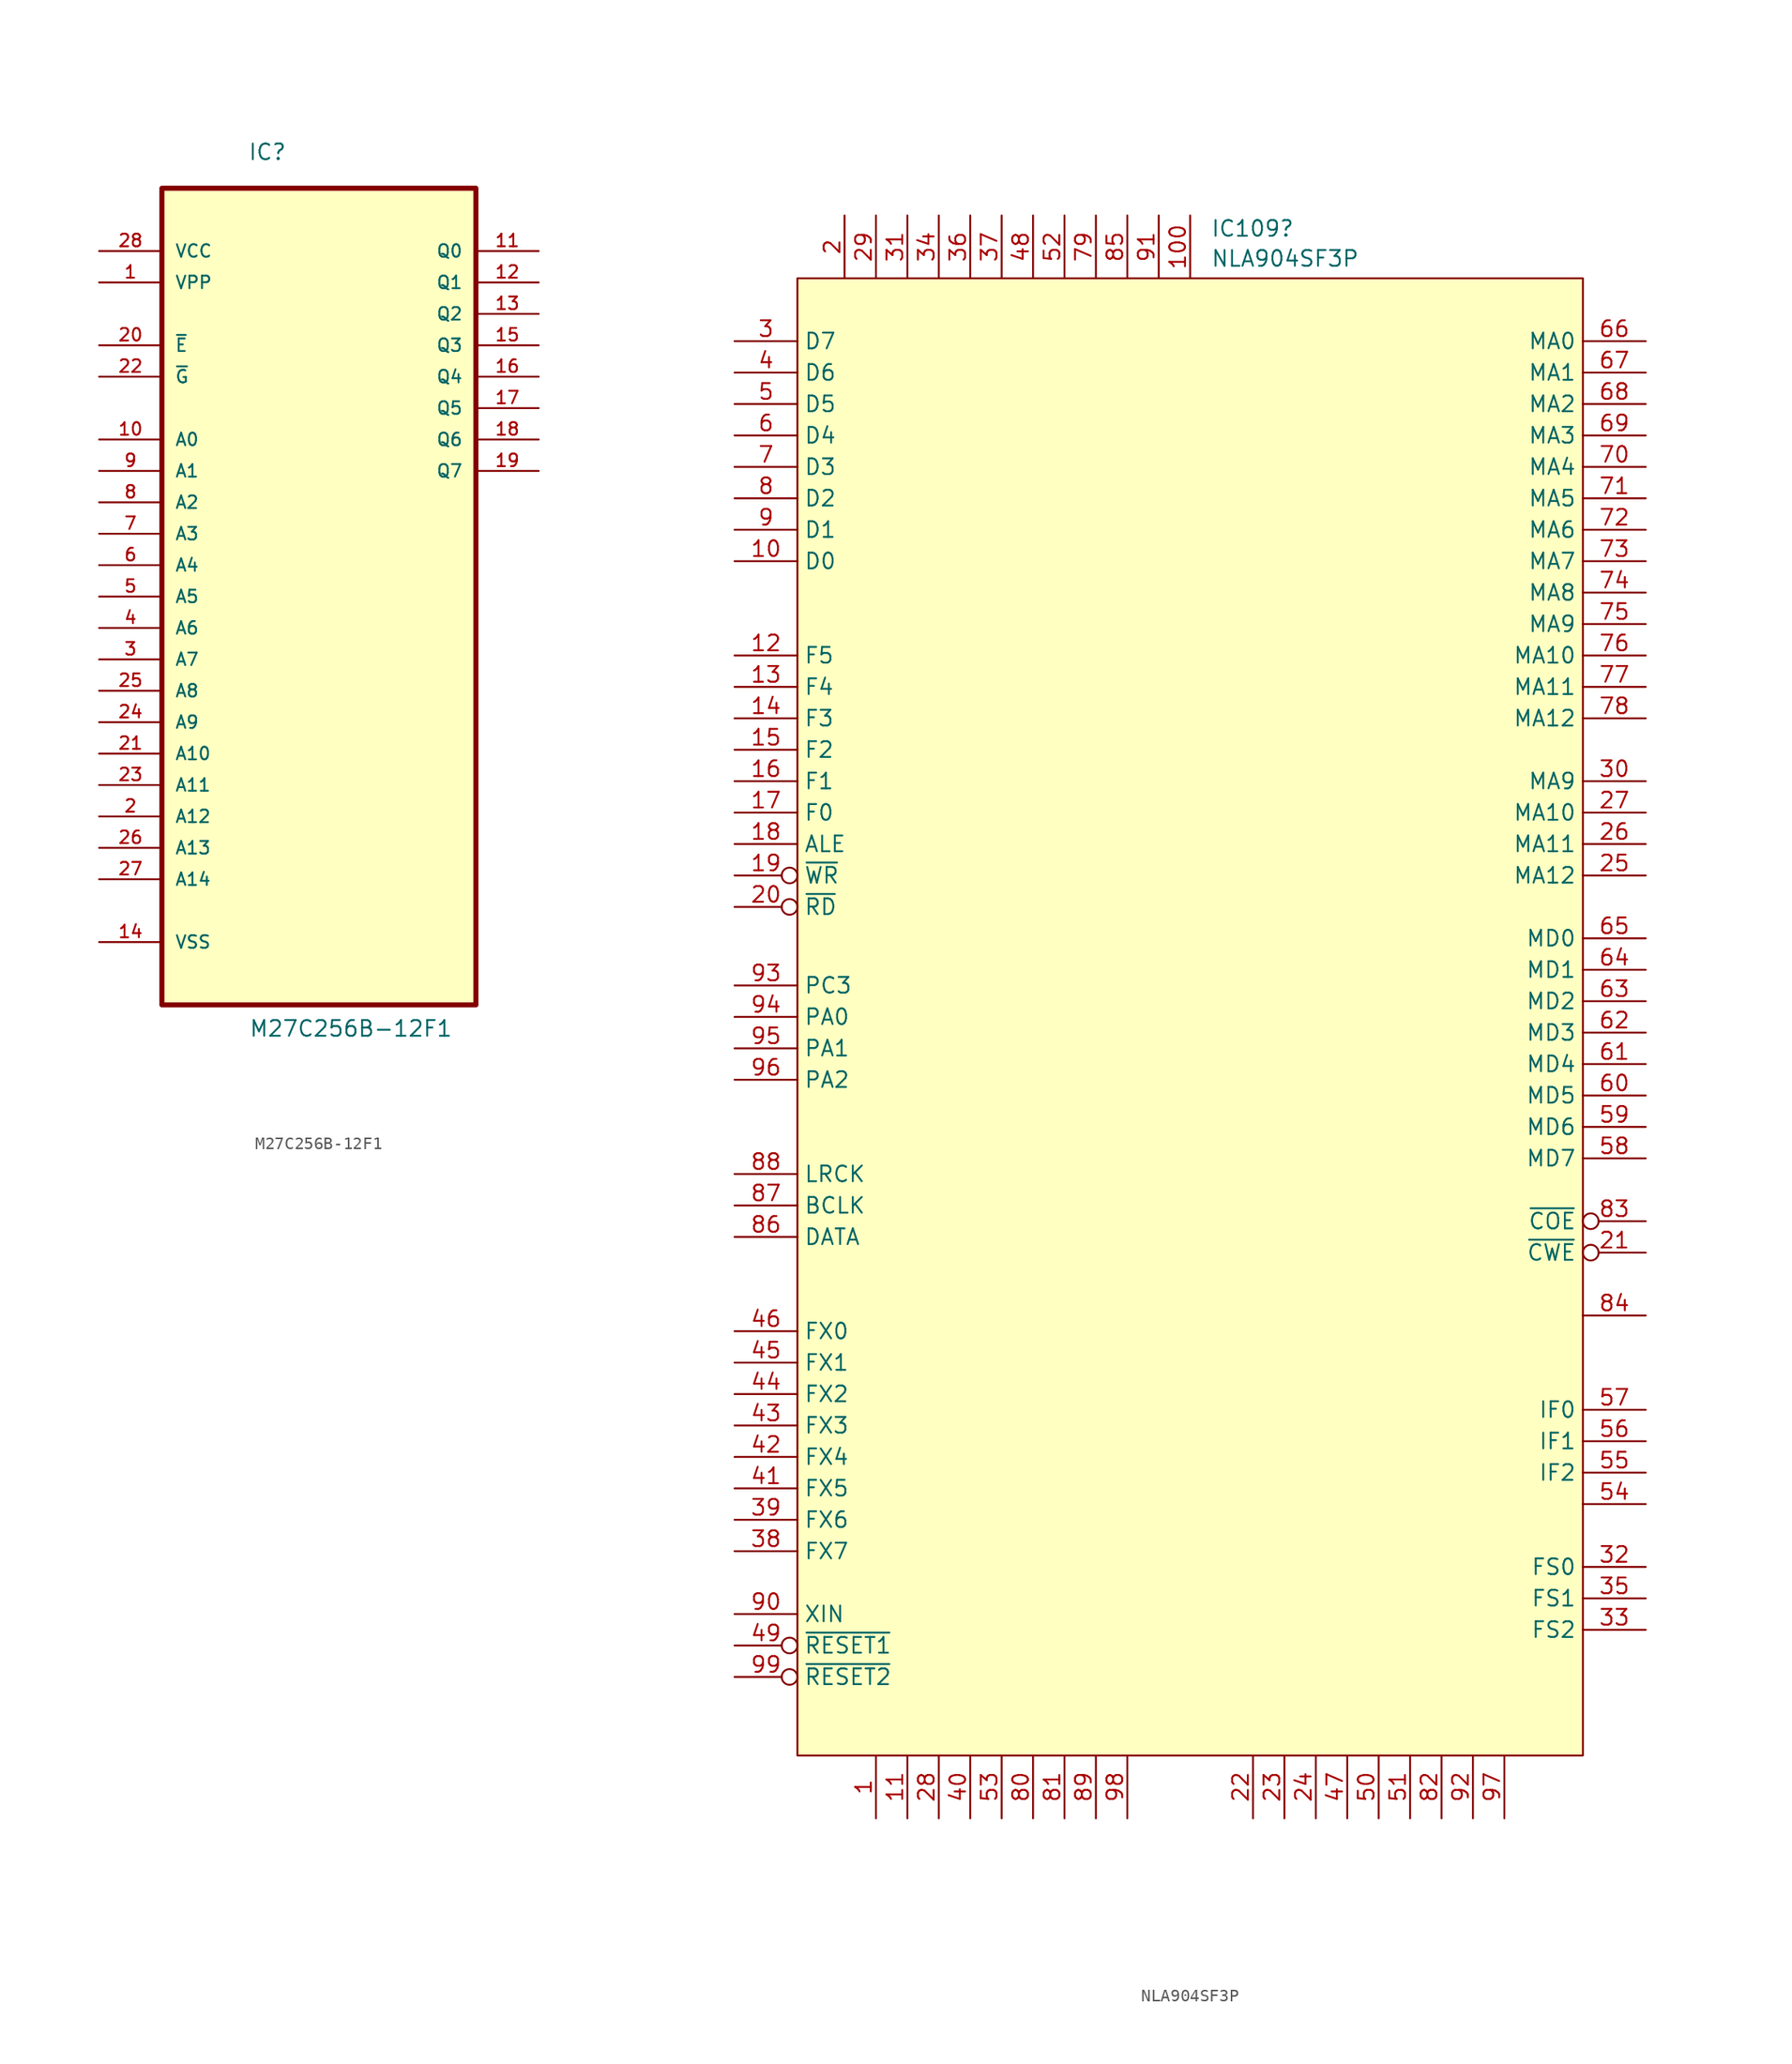
<source format=kicad_sym>
(kicad_symbol_lib
  (version 20231120)
  (generator "kicad_symbol_editor")
  (generator_version "8.0")
  (symbol "M27C256B-12F1"
    (pin_names
      (offset 1.016))
    (property "Reference" "IC"
      (at -5.749 32.661 0)
      (effects (font (size 1.27 1.27)) (justify left bottom)))
    (property "Value" "M27C256B-12F1"
      (at -5.674 -38.217 0)
      (effects (font (size 1.27 1.27)) (justify left bottom)))
    (symbol "M27C256B-12F1_0_0"
      (rectangle (start -12.7 -35.56) (end 12.7 30.48) (stroke (width 0.406) (type default)) (fill (type background)))
      (pin power_in line (at -17.78 22.86 0) (length 5.08) (name "VPP" (effects (font (size 1.016 1.016)))) (number "1" (effects (font (size 1.016 1.016)))))
      (pin input line (at -17.78 10.16 0) (length 5.08) (name "A0" (effects (font (size 1.016 1.016)))) (number "10" (effects (font (size 1.016 1.016)))))
      (pin output line (at 17.78 25.4 180) (length 5.08) (name "Q0" (effects (font (size 1.016 1.016)))) (number "11" (effects (font (size 1.016 1.016)))))
      (pin output line (at 17.78 22.86 180) (length 5.08) (name "Q1" (effects (font (size 1.016 1.016)))) (number "12" (effects (font (size 1.016 1.016)))))
      (pin output line (at 17.78 20.32 180) (length 5.08) (name "Q2" (effects (font (size 1.016 1.016)))) (number "13" (effects (font (size 1.016 1.016)))))
      (pin passive line (at -17.78 -30.48 0) (length 5.08) (name "VSS" (effects (font (size 1.016 1.016)))) (number "14" (effects (font (size 1.016 1.016)))))
      (pin output line (at 17.78 17.78 180) (length 5.08) (name "Q3" (effects (font (size 1.016 1.016)))) (number "15" (effects (font (size 1.016 1.016)))))
      (pin output line (at 17.78 15.24 180) (length 5.08) (name "Q4" (effects (font (size 1.016 1.016)))) (number "16" (effects (font (size 1.016 1.016)))))
      (pin output line (at 17.78 12.7 180) (length 5.08) (name "Q5" (effects (font (size 1.016 1.016)))) (number "17" (effects (font (size 1.016 1.016)))))
      (pin output line (at 17.78 10.16 180) (length 5.08) (name "Q6" (effects (font (size 1.016 1.016)))) (number "18" (effects (font (size 1.016 1.016)))))
      (pin output line (at 17.78 7.62 180) (length 5.08) (name "Q7" (effects (font (size 1.016 1.016)))) (number "19" (effects (font (size 1.016 1.016)))))
      (pin input line (at -17.78 -20.32 0) (length 5.08) (name "A12" (effects (font (size 1.016 1.016)))) (number "2" (effects (font (size 1.016 1.016)))))
      (pin input line (at -17.78 -15.24 0) (length 5.08) (name "A10" (effects (font (size 1.016 1.016)))) (number "21" (effects (font (size 1.016 1.016)))))
      (pin input line (at -17.78 -17.78 0) (length 5.08) (name "A11" (effects (font (size 1.016 1.016)))) (number "23" (effects (font (size 1.016 1.016)))))
      (pin input line (at -17.78 -12.7 0) (length 5.08) (name "A9" (effects (font (size 1.016 1.016)))) (number "24" (effects (font (size 1.016 1.016)))))
      (pin input line (at -17.78 -10.16 0) (length 5.08) (name "A8" (effects (font (size 1.016 1.016)))) (number "25" (effects (font (size 1.016 1.016)))))
      (pin input line (at -17.78 -22.86 0) (length 5.08) (name "A13" (effects (font (size 1.016 1.016)))) (number "26" (effects (font (size 1.016 1.016)))))
      (pin input line (at -17.78 -25.4 0) (length 5.08) (name "A14" (effects (font (size 1.016 1.016)))) (number "27" (effects (font (size 1.016 1.016)))))
      (pin power_in line (at -17.78 25.4 0) (length 5.08) (name "VCC" (effects (font (size 1.016 1.016)))) (number "28" (effects (font (size 1.016 1.016)))))
      (pin input line (at -17.78 -7.62 0) (length 5.08) (name "A7" (effects (font (size 1.016 1.016)))) (number "3" (effects (font (size 1.016 1.016)))))
      (pin input line (at -17.78 -5.08 0) (length 5.08) (name "A6" (effects (font (size 1.016 1.016)))) (number "4" (effects (font (size 1.016 1.016)))))
      (pin input line (at -17.78 -2.54 0) (length 5.08) (name "A5" (effects (font (size 1.016 1.016)))) (number "5" (effects (font (size 1.016 1.016)))))
      (pin input line (at -17.78 0 0) (length 5.08) (name "A4" (effects (font (size 1.016 1.016)))) (number "6" (effects (font (size 1.016 1.016)))))
      (pin input line (at -17.78 2.54 0) (length 5.08) (name "A3" (effects (font (size 1.016 1.016)))) (number "7" (effects (font (size 1.016 1.016)))))
      (pin input line (at -17.78 5.08 0) (length 5.08) (name "A2" (effects (font (size 1.016 1.016)))) (number "8" (effects (font (size 1.016 1.016)))))
      (pin input line (at -17.78 7.62 0) (length 5.08) (name "A1" (effects (font (size 1.016 1.016)))) (number "9" (effects (font (size 1.016 1.016))))))
    (symbol "M27C256B-12F1_1_0"
      (pin input line (at -17.78 17.78 0) (length 5.08) (name "~{E}" (effects (font (size 1.016 1.016)))) (number "20" (effects (font (size 1.016 1.016)))))
      (pin input line (at -17.78 15.24 0) (length 5.08) (name "~{G}" (effects (font (size 1.016 1.016)))) (number "22" (effects (font (size 1.016 1.016)))))))
  (symbol "NLA904SF3P"
    (property "Reference" "IC109"
      (at 1.651 63.708 0)
      (effects (font (size 1.27 1.27)) (justify left)))
    (property "Value" "NLA904SF3P"
      (at 1.651 61.283 0)
      (effects (font (size 1.27 1.27)) (justify left)))
    (symbol "NLA904SF3P_1_1"
      (rectangle (start -31.75 59.69) (end 31.75 -59.69) (stroke (width 0) (type default)) (fill (type background)))
      (pin passive line (at -25.4 -64.77 90) (length 5.08) (name "" (effects (font (size 1.27 1.27)))) (number "1" (effects (font (size 1.27 1.27)))))
      (pin passive line (at -36.83 36.83 0) (length 5.08) (name "D0" (effects (font (size 1.27 1.27)))) (number "10" (effects (font (size 1.27 1.27)))))
      (pin passive line (at 0 64.77 270) (length 5.08) (name "" (effects (font (size 1.27 1.27)))) (number "100" (effects (font (size 1.27 1.27)))))
      (pin passive line (at -22.86 -64.77 90) (length 5.08) (name "" (effects (font (size 1.27 1.27)))) (number "11" (effects (font (size 1.27 1.27)))))
      (pin passive line (at -36.83 29.21 0) (length 5.08) (name "F5" (effects (font (size 1.27 1.27)))) (number "12" (effects (font (size 1.27 1.27)))))
      (pin passive line (at -36.83 26.67 0) (length 5.08) (name "F4" (effects (font (size 1.27 1.27)))) (number "13" (effects (font (size 1.27 1.27)))))
      (pin passive line (at -36.83 24.13 0) (length 5.08) (name "F3" (effects (font (size 1.27 1.27)))) (number "14" (effects (font (size 1.27 1.27)))))
      (pin passive line (at -36.83 21.59 0) (length 5.08) (name "F2" (effects (font (size 1.27 1.27)))) (number "15" (effects (font (size 1.27 1.27)))))
      (pin passive line (at -36.83 19.05 0) (length 5.08) (name "F1" (effects (font (size 1.27 1.27)))) (number "16" (effects (font (size 1.27 1.27)))))
      (pin passive line (at -36.83 16.51 0) (length 5.08) (name "F0" (effects (font (size 1.27 1.27)))) (number "17" (effects (font (size 1.27 1.27)))))
      (pin passive line (at -36.83 13.97 0) (length 5.08) (name "ALE" (effects (font (size 1.27 1.27)))) (number "18" (effects (font (size 1.27 1.27)))))
      (pin passive inverted (at -36.83 11.43 0) (length 5.08) (name "~{WR}" (effects (font (size 1.27 1.27)))) (number "19" (effects (font (size 1.27 1.27)))))
      (pin passive line (at -27.94 64.77 270) (length 5.08) (name "" (effects (font (size 1.27 1.27)))) (number "2" (effects (font (size 1.27 1.27)))))
      (pin passive inverted (at -36.83 8.89 0) (length 5.08) (name "~{RD}" (effects (font (size 1.27 1.27)))) (number "20" (effects (font (size 1.27 1.27)))))
      (pin passive inverted (at 36.83 -19.05 180) (length 5.08) (name "~{CWE}" (effects (font (size 1.27 1.27)))) (number "21" (effects (font (size 1.27 1.27)))))
      (pin passive line (at 5.08 -64.77 90) (length 5.08) (name "" (effects (font (size 1.27 1.27)))) (number "22" (effects (font (size 1.27 1.27)))))
      (pin passive line (at 7.62 -64.77 90) (length 5.08) (name "" (effects (font (size 1.27 1.27)))) (number "23" (effects (font (size 1.27 1.27)))))
      (pin passive line (at 10.16 -64.77 90) (length 5.08) (name "" (effects (font (size 1.27 1.27)))) (number "24" (effects (font (size 1.27 1.27)))))
      (pin output line (at 36.83 11.43 180) (length 5.08) (name "MA12" (effects (font (size 1.27 1.27)))) (number "25" (effects (font (size 1.27 1.27)))))
      (pin output line (at 36.83 13.97 180) (length 5.08) (name "MA11" (effects (font (size 1.27 1.27)))) (number "26" (effects (font (size 1.27 1.27)))))
      (pin output line (at 36.83 16.51 180) (length 5.08) (name "MA10" (effects (font (size 1.27 1.27)))) (number "27" (effects (font (size 1.27 1.27)))))
      (pin passive line (at -20.32 -64.77 90) (length 5.08) (name "" (effects (font (size 1.27 1.27)))) (number "28" (effects (font (size 1.27 1.27)))))
      (pin passive line (at -25.4 64.77 270) (length 5.08) (name "" (effects (font (size 1.27 1.27)))) (number "29" (effects (font (size 1.27 1.27)))))
      (pin passive line (at -36.83 54.61 0) (length 5.08) (name "D7" (effects (font (size 1.27 1.27)))) (number "3" (effects (font (size 1.27 1.27)))))
      (pin output line (at 36.83 19.05 180) (length 5.08) (name "MA9" (effects (font (size 1.27 1.27)))) (number "30" (effects (font (size 1.27 1.27)))))
      (pin passive line (at -22.86 64.77 270) (length 5.08) (name "" (effects (font (size 1.27 1.27)))) (number "31" (effects (font (size 1.27 1.27)))))
      (pin passive line (at 36.83 -44.45 180) (length 5.08) (name "FS0" (effects (font (size 1.27 1.27)))) (number "32" (effects (font (size 1.27 1.27)))))
      (pin passive line (at 36.83 -49.53 180) (length 5.08) (name "FS2" (effects (font (size 1.27 1.27)))) (number "33" (effects (font (size 1.27 1.27)))))
      (pin passive line (at -20.32 64.77 270) (length 5.08) (name "" (effects (font (size 1.27 1.27)))) (number "34" (effects (font (size 1.27 1.27)))))
      (pin passive line (at 36.83 -46.99 180) (length 5.08) (name "FS1" (effects (font (size 1.27 1.27)))) (number "35" (effects (font (size 1.27 1.27)))))
      (pin passive line (at -17.78 64.77 270) (length 5.08) (name "" (effects (font (size 1.27 1.27)))) (number "36" (effects (font (size 1.27 1.27)))))
      (pin passive line (at -15.24 64.77 270) (length 5.08) (name "" (effects (font (size 1.27 1.27)))) (number "37" (effects (font (size 1.27 1.27)))))
      (pin passive line (at -36.83 -43.18 0) (length 5.08) (name "FX7" (effects (font (size 1.27 1.27)))) (number "38" (effects (font (size 1.27 1.27)))))
      (pin passive line (at -36.83 -40.64 0) (length 5.08) (name "FX6" (effects (font (size 1.27 1.27)))) (number "39" (effects (font (size 1.27 1.27)))))
      (pin passive line (at -36.83 52.07 0) (length 5.08) (name "D6" (effects (font (size 1.27 1.27)))) (number "4" (effects (font (size 1.27 1.27)))))
      (pin passive line (at -17.78 -64.77 90) (length 5.08) (name "" (effects (font (size 1.27 1.27)))) (number "40" (effects (font (size 1.27 1.27)))))
      (pin passive line (at -36.83 -38.1 0) (length 5.08) (name "FX5" (effects (font (size 1.27 1.27)))) (number "41" (effects (font (size 1.27 1.27)))))
      (pin passive line (at -36.83 -35.56 0) (length 5.08) (name "FX4" (effects (font (size 1.27 1.27)))) (number "42" (effects (font (size 1.27 1.27)))))
      (pin passive line (at -36.83 -33.02 0) (length 5.08) (name "FX3" (effects (font (size 1.27 1.27)))) (number "43" (effects (font (size 1.27 1.27)))))
      (pin passive line (at -36.83 -30.48 0) (length 5.08) (name "FX2" (effects (font (size 1.27 1.27)))) (number "44" (effects (font (size 1.27 1.27)))))
      (pin passive line (at -36.83 -27.94 0) (length 5.08) (name "FX1" (effects (font (size 1.27 1.27)))) (number "45" (effects (font (size 1.27 1.27)))))
      (pin passive line (at -36.83 -25.4 0) (length 5.08) (name "FX0" (effects (font (size 1.27 1.27)))) (number "46" (effects (font (size 1.27 1.27)))))
      (pin passive line (at 12.7 -64.77 90) (length 5.08) (name "" (effects (font (size 1.27 1.27)))) (number "47" (effects (font (size 1.27 1.27)))))
      (pin passive line (at -12.7 64.77 270) (length 5.08) (name "" (effects (font (size 1.27 1.27)))) (number "48" (effects (font (size 1.27 1.27)))))
      (pin passive inverted (at -36.83 -50.8 0) (length 5.08) (name "~{RESET1}" (effects (font (size 1.27 1.27)))) (number "49" (effects (font (size 1.27 1.27)))))
      (pin passive line (at -36.83 49.53 0) (length 5.08) (name "D5" (effects (font (size 1.27 1.27)))) (number "5" (effects (font (size 1.27 1.27)))))
      (pin passive line (at 15.24 -64.77 90) (length 5.08) (name "" (effects (font (size 1.27 1.27)))) (number "50" (effects (font (size 1.27 1.27)))))
      (pin passive line (at 17.78 -64.77 90) (length 5.08) (name "" (effects (font (size 1.27 1.27)))) (number "51" (effects (font (size 1.27 1.27)))))
      (pin passive line (at -10.16 64.77 270) (length 5.08) (name "" (effects (font (size 1.27 1.27)))) (number "52" (effects (font (size 1.27 1.27)))))
      (pin passive line (at -15.24 -64.77 90) (length 5.08) (name "" (effects (font (size 1.27 1.27)))) (number "53" (effects (font (size 1.27 1.27)))))
      (pin passive line (at 36.83 -39.37 180) (length 5.08) (name "" (effects (font (size 1.27 1.27)))) (number "54" (effects (font (size 1.27 1.27)))))
      (pin passive line (at 36.83 -36.83 180) (length 5.08) (name "IF2" (effects (font (size 1.27 1.27)))) (number "55" (effects (font (size 1.27 1.27)))))
      (pin passive line (at 36.83 -34.29 180) (length 5.08) (name "IF1" (effects (font (size 1.27 1.27)))) (number "56" (effects (font (size 1.27 1.27)))))
      (pin passive line (at 36.83 -31.75 180) (length 5.08) (name "IF0" (effects (font (size 1.27 1.27)))) (number "57" (effects (font (size 1.27 1.27)))))
      (pin bidirectional line (at 36.83 -11.43 180) (length 5.08) (name "MD7" (effects (font (size 1.27 1.27)))) (number "58" (effects (font (size 1.27 1.27)))))
      (pin bidirectional line (at 36.83 -8.89 180) (length 5.08) (name "MD6" (effects (font (size 1.27 1.27)))) (number "59" (effects (font (size 1.27 1.27)))))
      (pin passive line (at -36.83 46.99 0) (length 5.08) (name "D4" (effects (font (size 1.27 1.27)))) (number "6" (effects (font (size 1.27 1.27)))))
      (pin bidirectional line (at 36.83 -6.35 180) (length 5.08) (name "MD5" (effects (font (size 1.27 1.27)))) (number "60" (effects (font (size 1.27 1.27)))))
      (pin bidirectional line (at 36.83 -3.81 180) (length 5.08) (name "MD4" (effects (font (size 1.27 1.27)))) (number "61" (effects (font (size 1.27 1.27)))))
      (pin bidirectional line (at 36.83 -1.27 180) (length 5.08) (name "MD3" (effects (font (size 1.27 1.27)))) (number "62" (effects (font (size 1.27 1.27)))))
      (pin bidirectional line (at 36.83 1.27 180) (length 5.08) (name "MD2" (effects (font (size 1.27 1.27)))) (number "63" (effects (font (size 1.27 1.27)))))
      (pin bidirectional line (at 36.83 3.81 180) (length 5.08) (name "MD1" (effects (font (size 1.27 1.27)))) (number "64" (effects (font (size 1.27 1.27)))))
      (pin bidirectional line (at 36.83 6.35 180) (length 5.08) (name "MD0" (effects (font (size 1.27 1.27)))) (number "65" (effects (font (size 1.27 1.27)))))
      (pin output line (at 36.83 54.61 180) (length 5.08) (name "MA0" (effects (font (size 1.27 1.27)))) (number "66" (effects (font (size 1.27 1.27)))))
      (pin output line (at 36.83 52.07 180) (length 5.08) (name "MA1" (effects (font (size 1.27 1.27)))) (number "67" (effects (font (size 1.27 1.27)))))
      (pin output line (at 36.83 49.53 180) (length 5.08) (name "MA2" (effects (font (size 1.27 1.27)))) (number "68" (effects (font (size 1.27 1.27)))))
      (pin output line (at 36.83 46.99 180) (length 5.08) (name "MA3" (effects (font (size 1.27 1.27)))) (number "69" (effects (font (size 1.27 1.27)))))
      (pin passive line (at -36.83 44.45 0) (length 5.08) (name "D3" (effects (font (size 1.27 1.27)))) (number "7" (effects (font (size 1.27 1.27)))))
      (pin output line (at 36.83 44.45 180) (length 5.08) (name "MA4" (effects (font (size 1.27 1.27)))) (number "70" (effects (font (size 1.27 1.27)))))
      (pin output line (at 36.83 41.91 180) (length 5.08) (name "MA5" (effects (font (size 1.27 1.27)))) (number "71" (effects (font (size 1.27 1.27)))))
      (pin output line (at 36.83 39.37 180) (length 5.08) (name "MA6" (effects (font (size 1.27 1.27)))) (number "72" (effects (font (size 1.27 1.27)))))
      (pin output line (at 36.83 36.83 180) (length 5.08) (name "MA7" (effects (font (size 1.27 1.27)))) (number "73" (effects (font (size 1.27 1.27)))))
      (pin output line (at 36.83 34.29 180) (length 5.08) (name "MA8" (effects (font (size 1.27 1.27)))) (number "74" (effects (font (size 1.27 1.27)))))
      (pin input line (at 36.83 31.75 180) (length 5.08) (name "MA9" (effects (font (size 1.27 1.27)))) (number "75" (effects (font (size 1.27 1.27)))))
      (pin input line (at 36.83 29.21 180) (length 5.08) (name "MA10" (effects (font (size 1.27 1.27)))) (number "76" (effects (font (size 1.27 1.27)))))
      (pin input line (at 36.83 26.67 180) (length 5.08) (name "MA11" (effects (font (size 1.27 1.27)))) (number "77" (effects (font (size 1.27 1.27)))))
      (pin input line (at 36.83 24.13 180) (length 5.08) (name "MA12" (effects (font (size 1.27 1.27)))) (number "78" (effects (font (size 1.27 1.27)))))
      (pin passive line (at -7.62 64.77 270) (length 5.08) (name "" (effects (font (size 1.27 1.27)))) (number "79" (effects (font (size 1.27 1.27)))))
      (pin passive line (at -36.83 41.91 0) (length 5.08) (name "D2" (effects (font (size 1.27 1.27)))) (number "8" (effects (font (size 1.27 1.27)))))
      (pin passive line (at -12.7 -64.77 90) (length 5.08) (name "" (effects (font (size 1.27 1.27)))) (number "80" (effects (font (size 1.27 1.27)))))
      (pin passive line (at -10.16 -64.77 90) (length 5.08) (name "" (effects (font (size 1.27 1.27)))) (number "81" (effects (font (size 1.27 1.27)))))
      (pin passive line (at 20.32 -64.77 90) (length 5.08) (name "" (effects (font (size 1.27 1.27)))) (number "82" (effects (font (size 1.27 1.27)))))
      (pin passive inverted (at 36.83 -16.51 180) (length 5.08) (name "~{COE}" (effects (font (size 1.27 1.27)))) (number "83" (effects (font (size 1.27 1.27)))))
      (pin passive line (at 36.83 -24.13 180) (length 5.08) (name "" (effects (font (size 1.27 1.27)))) (number "84" (effects (font (size 1.27 1.27)))))
      (pin passive line (at -5.08 64.77 270) (length 5.08) (name "" (effects (font (size 1.27 1.27)))) (number "85" (effects (font (size 1.27 1.27)))))
      (pin passive line (at -36.83 -17.78 0) (length 5.08) (name "DATA" (effects (font (size 1.27 1.27)))) (number "86" (effects (font (size 1.27 1.27)))))
      (pin passive line (at -36.83 -15.24 0) (length 5.08) (name "BCLK" (effects (font (size 1.27 1.27)))) (number "87" (effects (font (size 1.27 1.27)))))
      (pin passive line (at -36.83 -12.7 0) (length 5.08) (name "LRCK" (effects (font (size 1.27 1.27)))) (number "88" (effects (font (size 1.27 1.27)))))
      (pin passive line (at -7.62 -64.77 90) (length 5.08) (name "" (effects (font (size 1.27 1.27)))) (number "89" (effects (font (size 1.27 1.27)))))
      (pin passive line (at -36.83 39.37 0) (length 5.08) (name "D1" (effects (font (size 1.27 1.27)))) (number "9" (effects (font (size 1.27 1.27)))))
      (pin passive line (at -36.83 -48.26 0) (length 5.08) (name "XIN" (effects (font (size 1.27 1.27)))) (number "90" (effects (font (size 1.27 1.27)))))
      (pin passive line (at -2.54 64.77 270) (length 5.08) (name "" (effects (font (size 1.27 1.27)))) (number "91" (effects (font (size 1.27 1.27)))))
      (pin passive line (at 22.86 -64.77 90) (length 5.08) (name "" (effects (font (size 1.27 1.27)))) (number "92" (effects (font (size 1.27 1.27)))))
      (pin passive line (at -36.83 2.54 0) (length 5.08) (name "PC3" (effects (font (size 1.27 1.27)))) (number "93" (effects (font (size 1.27 1.27)))))
      (pin passive line (at -36.83 0 0) (length 5.08) (name "PA0" (effects (font (size 1.27 1.27)))) (number "94" (effects (font (size 1.27 1.27)))))
      (pin passive line (at -36.83 -2.54 0) (length 5.08) (name "PA1" (effects (font (size 1.27 1.27)))) (number "95" (effects (font (size 1.27 1.27)))))
      (pin passive line (at -36.83 -5.08 0) (length 5.08) (name "PA2" (effects (font (size 1.27 1.27)))) (number "96" (effects (font (size 1.27 1.27)))))
      (pin passive line (at 25.4 -64.77 90) (length 5.08) (name "" (effects (font (size 1.27 1.27)))) (number "97" (effects (font (size 1.27 1.27)))))
      (pin passive line (at -5.08 -64.77 90) (length 5.08) (name "" (effects (font (size 1.27 1.27)))) (number "98" (effects (font (size 1.27 1.27)))))
      (pin passive inverted (at -36.83 -53.34 0) (length 5.08) (name "~{RESET2}" (effects (font (size 1.27 1.27)))) (number "99" (effects (font (size 1.27 1.27))))))))
</source>
